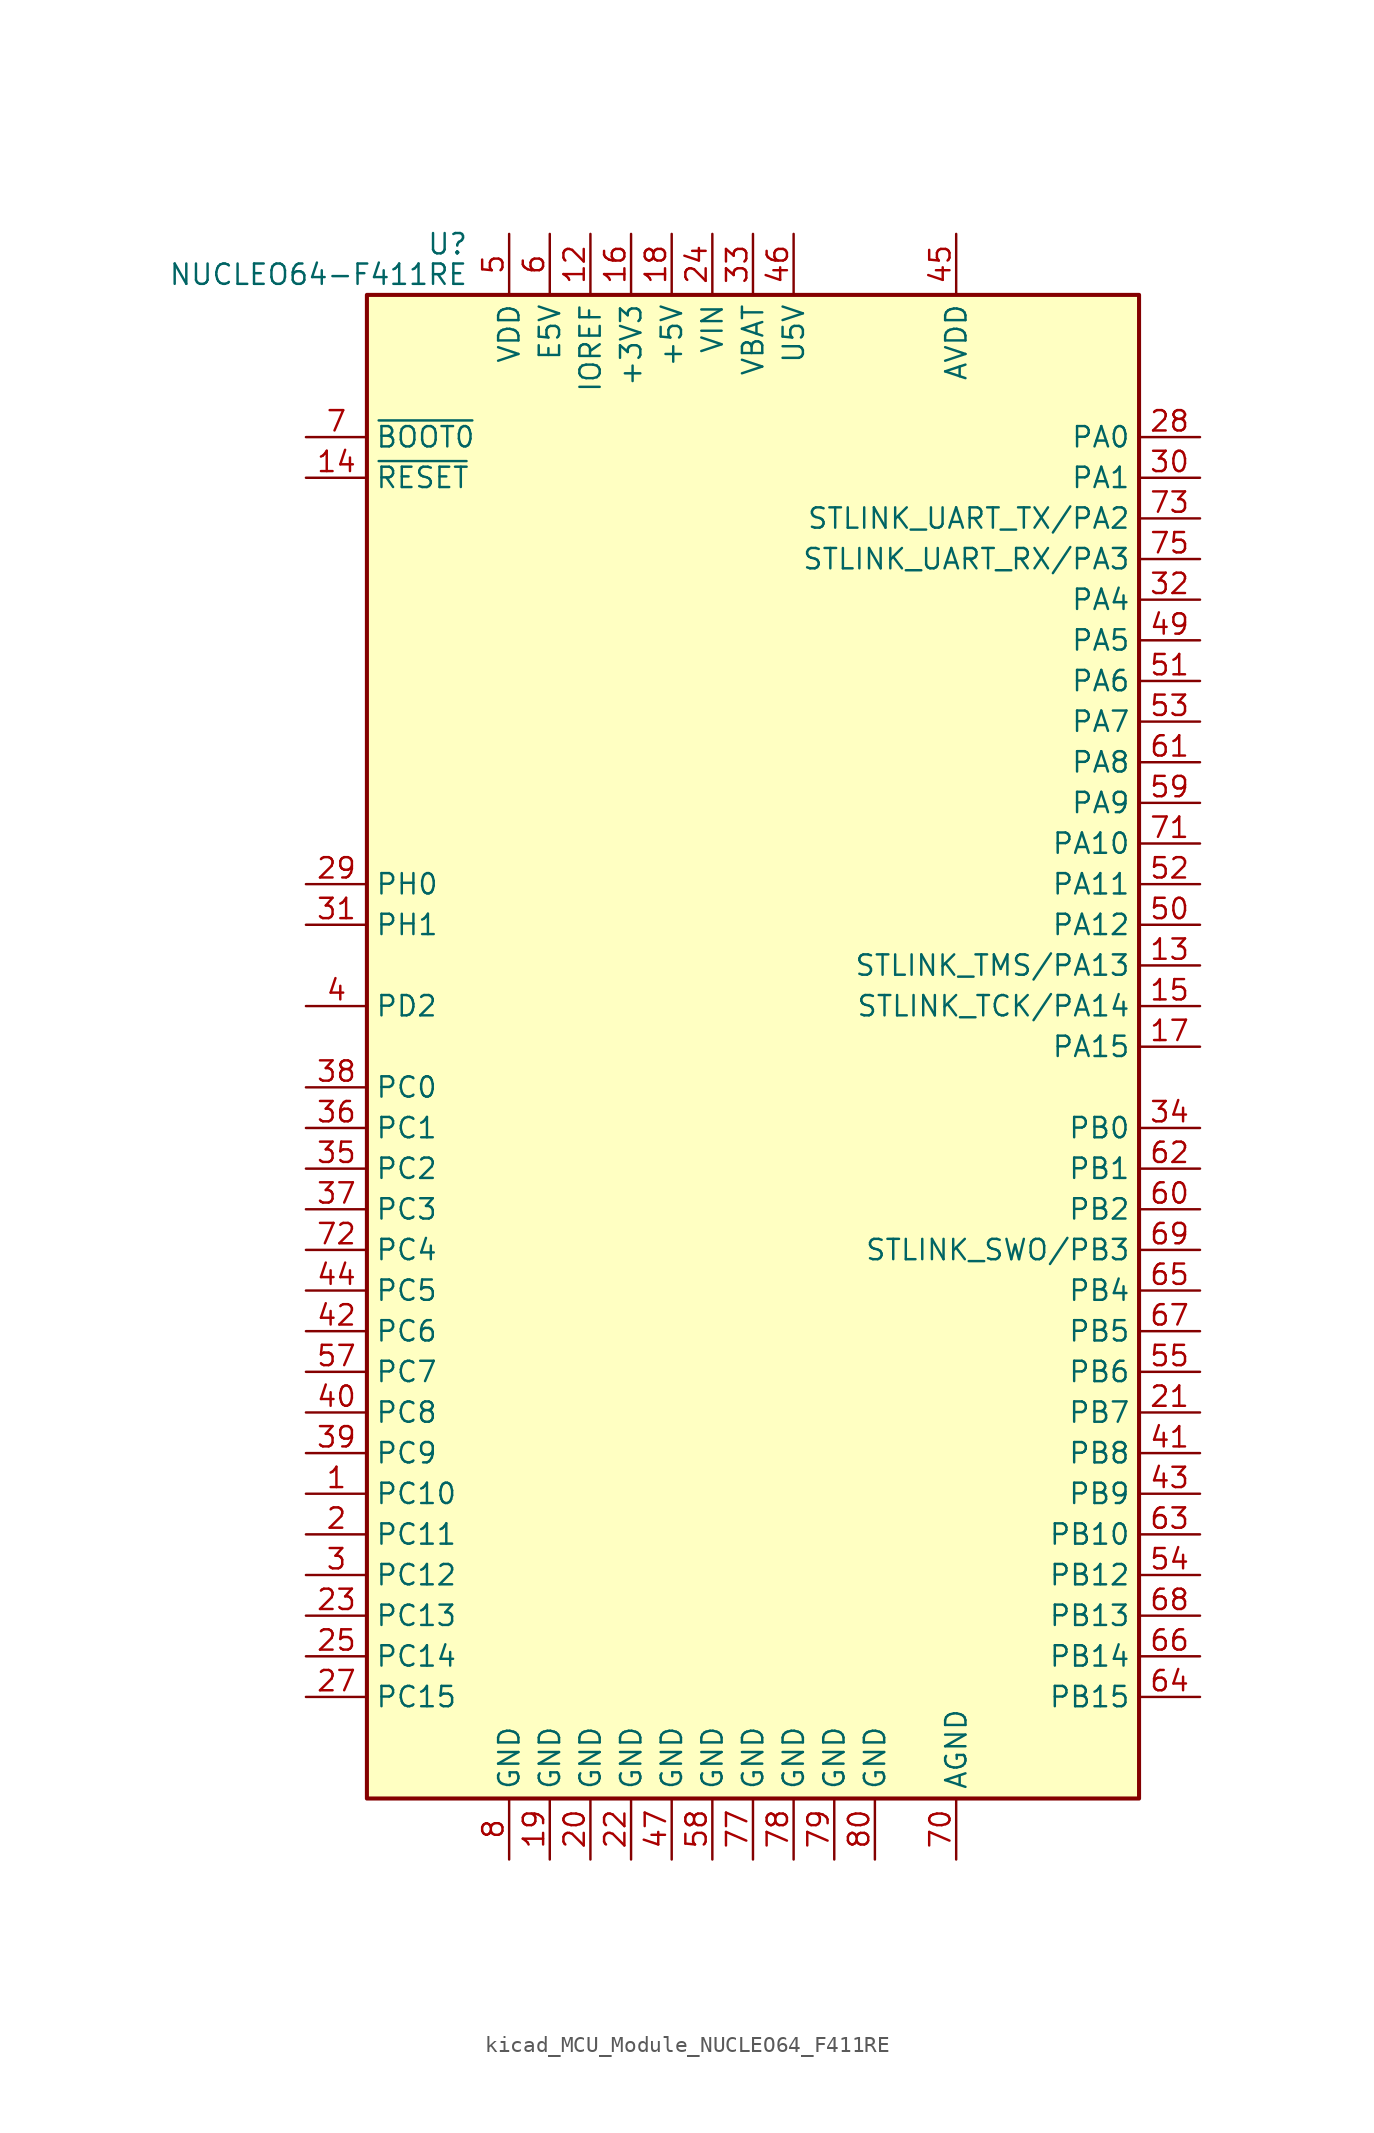
<source format=kicad_sym>
(kicad_symbol_lib
  (version 20220914)
  (generator kicad_symbol_editor)
  (symbol "kicad_MCU_Module_NUCLEO64_F411RE"
    (property "Reference" "U"
      (at -17.78 50.165 0)
      (effects (font (size 1.27 1.27)) (justify right)))
    (property "Value" "NUCLEO64-F411RE"
      (at -17.78 48.26 0)
      (effects (font (size 1.27 1.27)) (justify right)))
    (symbol "kicad_MCU_Module_NUCLEO64_F411RE_0_1"
      (rectangle (start -24.13 -46.99) (end 24.13 46.99) (stroke (width 0.254) (type default)) (fill (type background))))
    (symbol "kicad_MCU_Module_NUCLEO64_F411RE_1_1"
      (pin bidirectional line (at -27.94 -27.94 0) (length 3.81) (name "PC10" (effects (font (size 1.27 1.27)))) (number "1" (effects (font (size 1.27 1.27)))))
      (pin no_connect line (at -24.13 20.32 0) (length 3.81) hide (name "NC" (effects (font (size 1.27 1.27)))) (number "10" (effects (font (size 1.27 1.27)))))
      (pin no_connect line (at -24.13 15.24 0) (length 3.81) hide (name "NC" (effects (font (size 1.27 1.27)))) (number "11" (effects (font (size 1.27 1.27)))))
      (pin power_in line (at -10.16 50.8 270) (length 3.81) (name "IOREF" (effects (font (size 1.27 1.27)))) (number "12" (effects (font (size 1.27 1.27)))))
      (pin bidirectional line (at 27.94 5.08 180) (length 3.81) (name "STLINK_TMS/PA13" (effects (font (size 1.27 1.27)))) (number "13" (effects (font (size 1.27 1.27)))))
      (pin input line (at -27.94 35.56 0) (length 3.81) (name "~{RESET}" (effects (font (size 1.27 1.27)))) (number "14" (effects (font (size 1.27 1.27)))))
      (pin bidirectional line (at 27.94 2.54 180) (length 3.81) (name "STLINK_TCK/PA14" (effects (font (size 1.27 1.27)))) (number "15" (effects (font (size 1.27 1.27)))))
      (pin power_in line (at -7.62 50.8 270) (length 3.81) (name "+3V3" (effects (font (size 1.27 1.27)))) (number "16" (effects (font (size 1.27 1.27)))))
      (pin bidirectional line (at 27.94 0 180) (length 3.81) (name "PA15" (effects (font (size 1.27 1.27)))) (number "17" (effects (font (size 1.27 1.27)))))
      (pin power_in line (at -5.08 50.8 270) (length 3.81) (name "+5V" (effects (font (size 1.27 1.27)))) (number "18" (effects (font (size 1.27 1.27)))))
      (pin power_in line (at -12.7 -50.8 90) (length 3.81) (name "GND" (effects (font (size 1.27 1.27)))) (number "19" (effects (font (size 1.27 1.27)))))
      (pin bidirectional line (at -27.94 -30.48 0) (length 3.81) (name "PC11" (effects (font (size 1.27 1.27)))) (number "2" (effects (font (size 1.27 1.27)))))
      (pin power_in line (at -10.16 -50.8 90) (length 3.81) (name "GND" (effects (font (size 1.27 1.27)))) (number "20" (effects (font (size 1.27 1.27)))))
      (pin bidirectional line (at 27.94 -22.86 180) (length 3.81) (name "PB7" (effects (font (size 1.27 1.27)))) (number "21" (effects (font (size 1.27 1.27)))))
      (pin power_in line (at -7.62 -50.8 90) (length 3.81) (name "GND" (effects (font (size 1.27 1.27)))) (number "22" (effects (font (size 1.27 1.27)))))
      (pin bidirectional line (at -27.94 -35.56 0) (length 3.81) (name "PC13" (effects (font (size 1.27 1.27)))) (number "23" (effects (font (size 1.27 1.27)))))
      (pin power_in line (at -2.54 50.8 270) (length 3.81) (name "VIN" (effects (font (size 1.27 1.27)))) (number "24" (effects (font (size 1.27 1.27)))))
      (pin bidirectional line (at -27.94 -38.1 0) (length 3.81) (name "PC14" (effects (font (size 1.27 1.27)))) (number "25" (effects (font (size 1.27 1.27)))))
      (pin no_connect line (at -24.13 22.86 0) (length 3.81) hide (name "NC" (effects (font (size 1.27 1.27)))) (number "26" (effects (font (size 1.27 1.27)))))
      (pin bidirectional line (at -27.94 -40.64 0) (length 3.81) (name "PC15" (effects (font (size 1.27 1.27)))) (number "27" (effects (font (size 1.27 1.27)))))
      (pin bidirectional line (at 27.94 38.1 180) (length 3.81) (name "PA0" (effects (font (size 1.27 1.27)))) (number "28" (effects (font (size 1.27 1.27)))))
      (pin bidirectional line (at -27.94 10.16 0) (length 3.81) (name "PH0" (effects (font (size 1.27 1.27)))) (number "29" (effects (font (size 1.27 1.27)))))
      (pin bidirectional line (at -27.94 -33.02 0) (length 3.81) (name "PC12" (effects (font (size 1.27 1.27)))) (number "3" (effects (font (size 1.27 1.27)))))
      (pin bidirectional line (at 27.94 35.56 180) (length 3.81) (name "PA1" (effects (font (size 1.27 1.27)))) (number "30" (effects (font (size 1.27 1.27)))))
      (pin bidirectional line (at -27.94 7.62 0) (length 3.81) (name "PH1" (effects (font (size 1.27 1.27)))) (number "31" (effects (font (size 1.27 1.27)))))
      (pin bidirectional line (at 27.94 27.94 180) (length 3.81) (name "PA4" (effects (font (size 1.27 1.27)))) (number "32" (effects (font (size 1.27 1.27)))))
      (pin power_in line (at 0 50.8 270) (length 3.81) (name "VBAT" (effects (font (size 1.27 1.27)))) (number "33" (effects (font (size 1.27 1.27)))))
      (pin bidirectional line (at 27.94 -5.08 180) (length 3.81) (name "PB0" (effects (font (size 1.27 1.27)))) (number "34" (effects (font (size 1.27 1.27)))))
      (pin bidirectional line (at -27.94 -7.62 0) (length 3.81) (name "PC2" (effects (font (size 1.27 1.27)))) (number "35" (effects (font (size 1.27 1.27)))))
      (pin bidirectional line (at -27.94 -5.08 0) (length 3.81) (name "PC1" (effects (font (size 1.27 1.27)))) (number "36" (effects (font (size 1.27 1.27)))))
      (pin bidirectional line (at -27.94 -10.16 0) (length 3.81) (name "PC3" (effects (font (size 1.27 1.27)))) (number "37" (effects (font (size 1.27 1.27)))))
      (pin bidirectional line (at -27.94 -2.54 0) (length 3.81) (name "PC0" (effects (font (size 1.27 1.27)))) (number "38" (effects (font (size 1.27 1.27)))))
      (pin bidirectional line (at -27.94 -25.4 0) (length 3.81) (name "PC9" (effects (font (size 1.27 1.27)))) (number "39" (effects (font (size 1.27 1.27)))))
      (pin bidirectional line (at -27.94 2.54 0) (length 3.81) (name "PD2" (effects (font (size 1.27 1.27)))) (number "4" (effects (font (size 1.27 1.27)))))
      (pin bidirectional line (at -27.94 -22.86 0) (length 3.81) (name "PC8" (effects (font (size 1.27 1.27)))) (number "40" (effects (font (size 1.27 1.27)))))
      (pin bidirectional line (at 27.94 -25.4 180) (length 3.81) (name "PB8" (effects (font (size 1.27 1.27)))) (number "41" (effects (font (size 1.27 1.27)))))
      (pin bidirectional line (at -27.94 -17.78 0) (length 3.81) (name "PC6" (effects (font (size 1.27 1.27)))) (number "42" (effects (font (size 1.27 1.27)))))
      (pin bidirectional line (at 27.94 -27.94 180) (length 3.81) (name "PB9" (effects (font (size 1.27 1.27)))) (number "43" (effects (font (size 1.27 1.27)))))
      (pin bidirectional line (at -27.94 -15.24 0) (length 3.81) (name "PC5" (effects (font (size 1.27 1.27)))) (number "44" (effects (font (size 1.27 1.27)))))
      (pin power_in line (at 12.7 50.8 270) (length 3.81) (name "AVDD" (effects (font (size 1.27 1.27)))) (number "45" (effects (font (size 1.27 1.27)))))
      (pin power_in line (at 2.54 50.8 270) (length 3.81) (name "U5V" (effects (font (size 1.27 1.27)))) (number "46" (effects (font (size 1.27 1.27)))))
      (pin power_in line (at -5.08 -50.8 90) (length 3.81) (name "GND" (effects (font (size 1.27 1.27)))) (number "47" (effects (font (size 1.27 1.27)))))
      (pin no_connect line (at -24.13 25.4 0) (length 3.81) hide (name "NC" (effects (font (size 1.27 1.27)))) (number "48" (effects (font (size 1.27 1.27)))))
      (pin bidirectional line (at 27.94 25.4 180) (length 3.81) (name "PA5" (effects (font (size 1.27 1.27)))) (number "49" (effects (font (size 1.27 1.27)))))
      (pin power_in line (at -15.24 50.8 270) (length 3.81) (name "VDD" (effects (font (size 1.27 1.27)))) (number "5" (effects (font (size 1.27 1.27)))))
      (pin bidirectional line (at 27.94 7.62 180) (length 3.81) (name "PA12" (effects (font (size 1.27 1.27)))) (number "50" (effects (font (size 1.27 1.27)))))
      (pin bidirectional line (at 27.94 22.86 180) (length 3.81) (name "PA6" (effects (font (size 1.27 1.27)))) (number "51" (effects (font (size 1.27 1.27)))))
      (pin bidirectional line (at 27.94 10.16 180) (length 3.81) (name "PA11" (effects (font (size 1.27 1.27)))) (number "52" (effects (font (size 1.27 1.27)))))
      (pin bidirectional line (at 27.94 20.32 180) (length 3.81) (name "PA7" (effects (font (size 1.27 1.27)))) (number "53" (effects (font (size 1.27 1.27)))))
      (pin bidirectional line (at 27.94 -33.02 180) (length 3.81) (name "PB12" (effects (font (size 1.27 1.27)))) (number "54" (effects (font (size 1.27 1.27)))))
      (pin bidirectional line (at 27.94 -20.32 180) (length 3.81) (name "PB6" (effects (font (size 1.27 1.27)))) (number "55" (effects (font (size 1.27 1.27)))))
      (pin no_connect line (at -24.13 33.02 0) (length 3.81) hide (name "NC" (effects (font (size 1.27 1.27)))) (number "56" (effects (font (size 1.27 1.27)))))
      (pin bidirectional line (at -27.94 -20.32 0) (length 3.81) (name "PC7" (effects (font (size 1.27 1.27)))) (number "57" (effects (font (size 1.27 1.27)))))
      (pin power_in line (at -2.54 -50.8 90) (length 3.81) (name "GND" (effects (font (size 1.27 1.27)))) (number "58" (effects (font (size 1.27 1.27)))))
      (pin bidirectional line (at 27.94 15.24 180) (length 3.81) (name "PA9" (effects (font (size 1.27 1.27)))) (number "59" (effects (font (size 1.27 1.27)))))
      (pin power_in line (at -12.7 50.8 270) (length 3.81) (name "E5V" (effects (font (size 1.27 1.27)))) (number "6" (effects (font (size 1.27 1.27)))))
      (pin bidirectional line (at 27.94 -10.16 180) (length 3.81) (name "PB2" (effects (font (size 1.27 1.27)))) (number "60" (effects (font (size 1.27 1.27)))))
      (pin bidirectional line (at 27.94 17.78 180) (length 3.81) (name "PA8" (effects (font (size 1.27 1.27)))) (number "61" (effects (font (size 1.27 1.27)))))
      (pin bidirectional line (at 27.94 -7.62 180) (length 3.81) (name "PB1" (effects (font (size 1.27 1.27)))) (number "62" (effects (font (size 1.27 1.27)))))
      (pin bidirectional line (at 27.94 -30.48 180) (length 3.81) (name "PB10" (effects (font (size 1.27 1.27)))) (number "63" (effects (font (size 1.27 1.27)))))
      (pin bidirectional line (at 27.94 -40.64 180) (length 3.81) (name "PB15" (effects (font (size 1.27 1.27)))) (number "64" (effects (font (size 1.27 1.27)))))
      (pin bidirectional line (at 27.94 -15.24 180) (length 3.81) (name "PB4" (effects (font (size 1.27 1.27)))) (number "65" (effects (font (size 1.27 1.27)))))
      (pin bidirectional line (at 27.94 -38.1 180) (length 3.81) (name "PB14" (effects (font (size 1.27 1.27)))) (number "66" (effects (font (size 1.27 1.27)))))
      (pin bidirectional line (at 27.94 -17.78 180) (length 3.81) (name "PB5" (effects (font (size 1.27 1.27)))) (number "67" (effects (font (size 1.27 1.27)))))
      (pin bidirectional line (at 27.94 -35.56 180) (length 3.81) (name "PB13" (effects (font (size 1.27 1.27)))) (number "68" (effects (font (size 1.27 1.27)))))
      (pin bidirectional line (at 27.94 -12.7 180) (length 3.81) (name "STLINK_SWO/PB3" (effects (font (size 1.27 1.27)))) (number "69" (effects (font (size 1.27 1.27)))))
      (pin input line (at -27.94 38.1 0) (length 3.81) (name "~{BOOT0}" (effects (font (size 1.27 1.27)))) (number "7" (effects (font (size 1.27 1.27)))))
      (pin power_in line (at 12.7 -50.8 90) (length 3.81) (name "AGND" (effects (font (size 1.27 1.27)))) (number "70" (effects (font (size 1.27 1.27)))))
      (pin bidirectional line (at 27.94 12.7 180) (length 3.81) (name "PA10" (effects (font (size 1.27 1.27)))) (number "71" (effects (font (size 1.27 1.27)))))
      (pin bidirectional line (at -27.94 -12.7 0) (length 3.81) (name "PC4" (effects (font (size 1.27 1.27)))) (number "72" (effects (font (size 1.27 1.27)))))
      (pin bidirectional line (at 27.94 33.02 180) (length 3.81) (name "STLINK_UART_TX/PA2" (effects (font (size 1.27 1.27)))) (number "73" (effects (font (size 1.27 1.27)))))
      (pin no_connect line (at -24.13 30.48 0) (length 3.81) hide (name "NC" (effects (font (size 1.27 1.27)))) (number "74" (effects (font (size 1.27 1.27)))))
      (pin bidirectional line (at 27.94 30.48 180) (length 3.81) (name "STLINK_UART_RX/PA3" (effects (font (size 1.27 1.27)))) (number "75" (effects (font (size 1.27 1.27)))))
      (pin no_connect line (at -24.13 27.94 0) (length 3.81) hide (name "NC" (effects (font (size 1.27 1.27)))) (number "76" (effects (font (size 1.27 1.27)))))
      (pin power_in line (at 0 -50.8 90) (length 3.81) (name "GND" (effects (font (size 1.27 1.27)))) (number "77" (effects (font (size 1.27 1.27)))))
      (pin power_in line (at 2.54 -50.8 90) (length 3.81) (name "GND" (effects (font (size 1.27 1.27)))) (number "78" (effects (font (size 1.27 1.27)))))
      (pin power_in line (at 5.08 -50.8 90) (length 3.81) (name "GND" (effects (font (size 1.27 1.27)))) (number "79" (effects (font (size 1.27 1.27)))))
      (pin power_in line (at -15.24 -50.8 90) (length 3.81) (name "GND" (effects (font (size 1.27 1.27)))) (number "8" (effects (font (size 1.27 1.27)))))
      (pin power_in line (at 7.62 -50.8 90) (length 3.81) (name "GND" (effects (font (size 1.27 1.27)))) (number "80" (effects (font (size 1.27 1.27)))))
      (pin no_connect line (at -24.13 17.78 0) (length 3.81) hide (name "NC" (effects (font (size 1.27 1.27)))) (number "9" (effects (font (size 1.27 1.27))))))))
</source>
